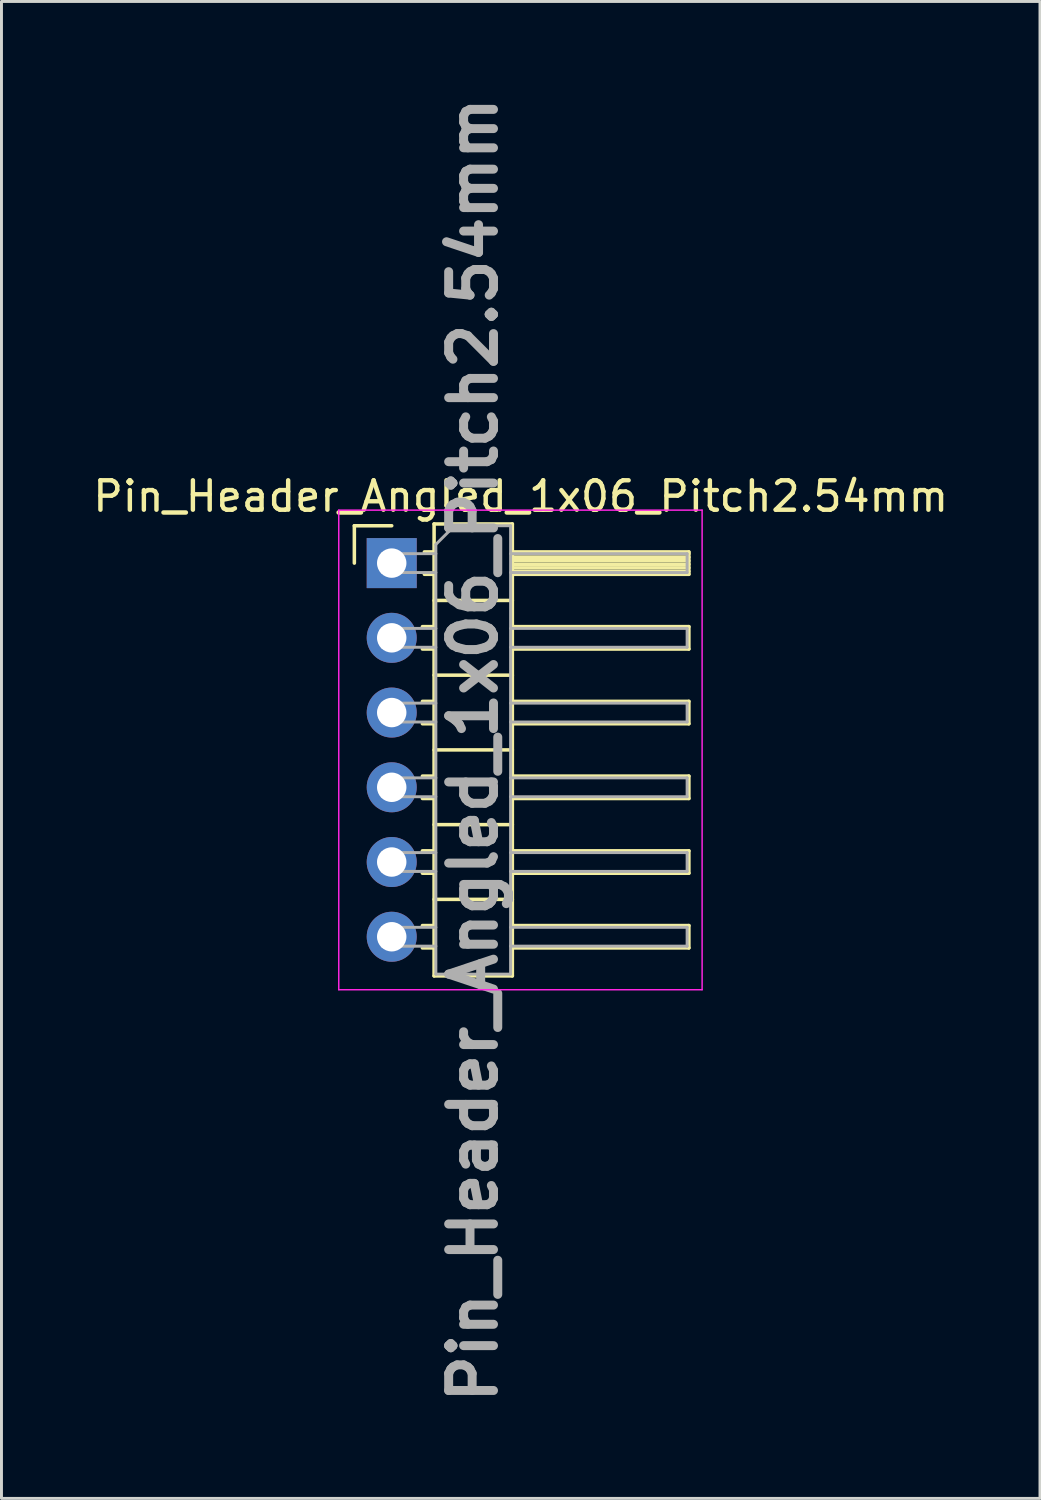
<source format=kicad_pcb>
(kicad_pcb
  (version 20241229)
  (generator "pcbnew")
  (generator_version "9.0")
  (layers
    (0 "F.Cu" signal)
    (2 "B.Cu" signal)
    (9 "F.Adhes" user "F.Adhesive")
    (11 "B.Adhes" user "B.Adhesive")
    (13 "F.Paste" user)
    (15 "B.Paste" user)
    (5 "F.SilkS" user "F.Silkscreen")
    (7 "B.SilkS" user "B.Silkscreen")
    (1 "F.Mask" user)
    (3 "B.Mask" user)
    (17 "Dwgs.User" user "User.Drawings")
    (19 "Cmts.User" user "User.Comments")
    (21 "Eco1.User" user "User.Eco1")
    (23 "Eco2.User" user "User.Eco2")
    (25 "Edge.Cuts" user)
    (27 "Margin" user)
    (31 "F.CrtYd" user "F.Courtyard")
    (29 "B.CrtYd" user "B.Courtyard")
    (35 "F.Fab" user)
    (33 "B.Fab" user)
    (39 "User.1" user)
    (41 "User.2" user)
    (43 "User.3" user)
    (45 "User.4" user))
  (footprint "Pin_Header_Angled_1x06_Pitch2.54mm"
    (layer "F.Cu")
    (at 10.264 16.089)
    (property "Reference" "Pin_Header_Angled_1x06_Pitch2.54mm" (at 4.385 -2.27 0) (layer "F.SilkS") (effects (font (size 1 1) (thickness 0.15))))
    (attr through_hole)
    (fp_line (start -1.27 -1.27) (end 0 -1.27) (stroke (width 0.12) (type solid)) (layer "F.SilkS"))
    (fp_line (start -1.27 0) (end -1.27 -1.27) (stroke (width 0.12) (type solid)) (layer "F.SilkS"))
    (fp_line (start 1.043 2.16) (end 1.44 2.16) (stroke (width 0.12) (type solid)) (layer "F.SilkS"))
    (fp_line (start 1.043 2.92) (end 1.44 2.92) (stroke (width 0.12) (type solid)) (layer "F.SilkS"))
    (fp_line (start 1.043 4.7) (end 1.44 4.7) (stroke (width 0.12) (type solid)) (layer "F.SilkS"))
    (fp_line (start 1.043 5.46) (end 1.44 5.46) (stroke (width 0.12) (type solid)) (layer "F.SilkS"))
    (fp_line (start 1.043 7.24) (end 1.44 7.24) (stroke (width 0.12) (type solid)) (layer "F.SilkS"))
    (fp_line (start 1.043 8) (end 1.44 8) (stroke (width 0.12) (type solid)) (layer "F.SilkS"))
    (fp_line (start 1.043 9.78) (end 1.44 9.78) (stroke (width 0.12) (type solid)) (layer "F.SilkS"))
    (fp_line (start 1.043 10.54) (end 1.44 10.54) (stroke (width 0.12) (type solid)) (layer "F.SilkS"))
    (fp_line (start 1.043 12.32) (end 1.44 12.32) (stroke (width 0.12) (type solid)) (layer "F.SilkS"))
    (fp_line (start 1.043 13.08) (end 1.44 13.08) (stroke (width 0.12) (type solid)) (layer "F.SilkS"))
    (fp_line (start 1.11 -0.38) (end 1.44 -0.38) (stroke (width 0.12) (type solid)) (layer "F.SilkS"))
    (fp_line (start 1.11 0.38) (end 1.44 0.38) (stroke (width 0.12) (type solid)) (layer "F.SilkS"))
    (fp_line (start 1.44 -1.33) (end 1.44 14.03) (stroke (width 0.12) (type solid)) (layer "F.SilkS"))
    (fp_line (start 1.44 1.27) (end 4.1 1.27) (stroke (width 0.12) (type solid)) (layer "F.SilkS"))
    (fp_line (start 1.44 3.81) (end 4.1 3.81) (stroke (width 0.12) (type solid)) (layer "F.SilkS"))
    (fp_line (start 1.44 6.35) (end 4.1 6.35) (stroke (width 0.12) (type solid)) (layer "F.SilkS"))
    (fp_line (start 1.44 8.89) (end 4.1 8.89) (stroke (width 0.12) (type solid)) (layer "F.SilkS"))
    (fp_line (start 1.44 11.43) (end 4.1 11.43) (stroke (width 0.12) (type solid)) (layer "F.SilkS"))
    (fp_line (start 1.44 14.03) (end 4.1 14.03) (stroke (width 0.12) (type solid)) (layer "F.SilkS"))
    (fp_line (start 4.1 -1.33) (end 1.44 -1.33) (stroke (width 0.12) (type solid)) (layer "F.SilkS"))
    (fp_line (start 4.1 -0.38) (end 10.1 -0.38) (stroke (width 0.12) (type solid)) (layer "F.SilkS"))
    (fp_line (start 4.1 -0.32) (end 10.1 -0.32) (stroke (width 0.12) (type solid)) (layer "F.SilkS"))
    (fp_line (start 4.1 -0.2) (end 10.1 -0.2) (stroke (width 0.12) (type solid)) (layer "F.SilkS"))
    (fp_line (start 4.1 -0.08) (end 10.1 -0.08) (stroke (width 0.12) (type solid)) (layer "F.SilkS"))
    (fp_line (start 4.1 0.04) (end 10.1 0.04) (stroke (width 0.12) (type solid)) (layer "F.SilkS"))
    (fp_line (start 4.1 0.16) (end 10.1 0.16) (stroke (width 0.12) (type solid)) (layer "F.SilkS"))
    (fp_line (start 4.1 0.28) (end 10.1 0.28) (stroke (width 0.12) (type solid)) (layer "F.SilkS"))
    (fp_line (start 4.1 2.16) (end 10.1 2.16) (stroke (width 0.12) (type solid)) (layer "F.SilkS"))
    (fp_line (start 4.1 4.7) (end 10.1 4.7) (stroke (width 0.12) (type solid)) (layer "F.SilkS"))
    (fp_line (start 4.1 7.24) (end 10.1 7.24) (stroke (width 0.12) (type solid)) (layer "F.SilkS"))
    (fp_line (start 4.1 9.78) (end 10.1 9.78) (stroke (width 0.12) (type solid)) (layer "F.SilkS"))
    (fp_line (start 4.1 12.32) (end 10.1 12.32) (stroke (width 0.12) (type solid)) (layer "F.SilkS"))
    (fp_line (start 4.1 14.03) (end 4.1 -1.33) (stroke (width 0.12) (type solid)) (layer "F.SilkS"))
    (fp_line (start 10.1 -0.38) (end 10.1 0.38) (stroke (width 0.12) (type solid)) (layer "F.SilkS"))
    (fp_line (start 10.1 0.38) (end 4.1 0.38) (stroke (width 0.12) (type solid)) (layer "F.SilkS"))
    (fp_line (start 10.1 2.16) (end 10.1 2.92) (stroke (width 0.12) (type solid)) (layer "F.SilkS"))
    (fp_line (start 10.1 2.92) (end 4.1 2.92) (stroke (width 0.12) (type solid)) (layer "F.SilkS"))
    (fp_line (start 10.1 4.7) (end 10.1 5.46) (stroke (width 0.12) (type solid)) (layer "F.SilkS"))
    (fp_line (start 10.1 5.46) (end 4.1 5.46) (stroke (width 0.12) (type solid)) (layer "F.SilkS"))
    (fp_line (start 10.1 7.24) (end 10.1 8) (stroke (width 0.12) (type solid)) (layer "F.SilkS"))
    (fp_line (start 10.1 8) (end 4.1 8) (stroke (width 0.12) (type solid)) (layer "F.SilkS"))
    (fp_line (start 10.1 9.78) (end 10.1 10.54) (stroke (width 0.12) (type solid)) (layer "F.SilkS"))
    (fp_line (start 10.1 10.54) (end 4.1 10.54) (stroke (width 0.12) (type solid)) (layer "F.SilkS"))
    (fp_line (start 10.1 12.32) (end 10.1 13.08) (stroke (width 0.12) (type solid)) (layer "F.SilkS"))
    (fp_line (start 10.1 13.08) (end 4.1 13.08) (stroke (width 0.12) (type solid)) (layer "F.SilkS"))
    (fp_line (start -1.8 -1.8) (end -1.8 14.5) (stroke (width 0.05) (type solid)) (layer "F.CrtYd"))
    (fp_line (start -1.8 14.5) (end 10.55 14.5) (stroke (width 0.05) (type solid)) (layer "F.CrtYd"))
    (fp_line (start 10.55 -1.8) (end -1.8 -1.8) (stroke (width 0.05) (type solid)) (layer "F.CrtYd"))
    (fp_line (start 10.55 14.5) (end 10.55 -1.8) (stroke (width 0.05) (type solid)) (layer "F.CrtYd"))
    (fp_line (start -0.32 -0.32) (end -0.32 0.32) (stroke (width 0.1) (type solid)) (layer "F.Fab"))
    (fp_line (start -0.32 -0.32) (end 1.5 -0.32) (stroke (width 0.1) (type solid)) (layer "F.Fab"))
    (fp_line (start -0.32 0.32) (end 1.5 0.32) (stroke (width 0.1) (type solid)) (layer "F.Fab"))
    (fp_line (start -0.32 2.22) (end -0.32 2.86) (stroke (width 0.1) (type solid)) (layer "F.Fab"))
    (fp_line (start -0.32 2.22) (end 1.5 2.22) (stroke (width 0.1) (type solid)) (layer "F.Fab"))
    (fp_line (start -0.32 2.86) (end 1.5 2.86) (stroke (width 0.1) (type solid)) (layer "F.Fab"))
    (fp_line (start -0.32 4.76) (end -0.32 5.4) (stroke (width 0.1) (type solid)) (layer "F.Fab"))
    (fp_line (start -0.32 4.76) (end 1.5 4.76) (stroke (width 0.1) (type solid)) (layer "F.Fab"))
    (fp_line (start -0.32 5.4) (end 1.5 5.4) (stroke (width 0.1) (type solid)) (layer "F.Fab"))
    (fp_line (start -0.32 7.3) (end -0.32 7.94) (stroke (width 0.1) (type solid)) (layer "F.Fab"))
    (fp_line (start -0.32 7.3) (end 1.5 7.3) (stroke (width 0.1) (type solid)) (layer "F.Fab"))
    (fp_line (start -0.32 7.94) (end 1.5 7.94) (stroke (width 0.1) (type solid)) (layer "F.Fab"))
    (fp_line (start -0.32 9.84) (end -0.32 10.48) (stroke (width 0.1) (type solid)) (layer "F.Fab"))
    (fp_line (start -0.32 9.84) (end 1.5 9.84) (stroke (width 0.1) (type solid)) (layer "F.Fab"))
    (fp_line (start -0.32 10.48) (end 1.5 10.48) (stroke (width 0.1) (type solid)) (layer "F.Fab"))
    (fp_line (start -0.32 12.38) (end -0.32 13.02) (stroke (width 0.1) (type solid)) (layer "F.Fab"))
    (fp_line (start -0.32 12.38) (end 1.5 12.38) (stroke (width 0.1) (type solid)) (layer "F.Fab"))
    (fp_line (start -0.32 13.02) (end 1.5 13.02) (stroke (width 0.1) (type solid)) (layer "F.Fab"))
    (fp_line (start 1.5 -0.635) (end 2.135 -1.27) (stroke (width 0.1) (type solid)) (layer "F.Fab"))
    (fp_line (start 1.5 13.97) (end 1.5 -0.635) (stroke (width 0.1) (type solid)) (layer "F.Fab"))
    (fp_line (start 2.135 -1.27) (end 4.04 -1.27) (stroke (width 0.1) (type solid)) (layer "F.Fab"))
    (fp_line (start 4.04 -1.27) (end 4.04 13.97) (stroke (width 0.1) (type solid)) (layer "F.Fab"))
    (fp_line (start 4.04 -0.32) (end 10.04 -0.32) (stroke (width 0.1) (type solid)) (layer "F.Fab"))
    (fp_line (start 4.04 0.32) (end 10.04 0.32) (stroke (width 0.1) (type solid)) (layer "F.Fab"))
    (fp_line (start 4.04 2.22) (end 10.04 2.22) (stroke (width 0.1) (type solid)) (layer "F.Fab"))
    (fp_line (start 4.04 2.86) (end 10.04 2.86) (stroke (width 0.1) (type solid)) (layer "F.Fab"))
    (fp_line (start 4.04 4.76) (end 10.04 4.76) (stroke (width 0.1) (type solid)) (layer "F.Fab"))
    (fp_line (start 4.04 5.4) (end 10.04 5.4) (stroke (width 0.1) (type solid)) (layer "F.Fab"))
    (fp_line (start 4.04 7.3) (end 10.04 7.3) (stroke (width 0.1) (type solid)) (layer "F.Fab"))
    (fp_line (start 4.04 7.94) (end 10.04 7.94) (stroke (width 0.1) (type solid)) (layer "F.Fab"))
    (fp_line (start 4.04 9.84) (end 10.04 9.84) (stroke (width 0.1) (type solid)) (layer "F.Fab"))
    (fp_line (start 4.04 10.48) (end 10.04 10.48) (stroke (width 0.1) (type solid)) (layer "F.Fab"))
    (fp_line (start 4.04 12.38) (end 10.04 12.38) (stroke (width 0.1) (type solid)) (layer "F.Fab"))
    (fp_line (start 4.04 13.02) (end 10.04 13.02) (stroke (width 0.1) (type solid)) (layer "F.Fab"))
    (fp_line (start 4.04 13.97) (end 1.5 13.97) (stroke (width 0.1) (type solid)) (layer "F.Fab"))
    (fp_line (start 10.04 -0.32) (end 10.04 0.32) (stroke (width 0.1) (type solid)) (layer "F.Fab"))
    (fp_line (start 10.04 2.22) (end 10.04 2.86) (stroke (width 0.1) (type solid)) (layer "F.Fab"))
    (fp_line (start 10.04 4.76) (end 10.04 5.4) (stroke (width 0.1) (type solid)) (layer "F.Fab"))
    (fp_line (start 10.04 7.3) (end 10.04 7.94) (stroke (width 0.1) (type solid)) (layer "F.Fab"))
    (fp_line (start 10.04 9.84) (end 10.04 10.48) (stroke (width 0.1) (type solid)) (layer "F.Fab"))
    (fp_line (start 10.04 12.38) (end 10.04 13.02) (stroke (width 0.1) (type solid)) (layer "F.Fab"))
    (fp_text user "${REFERENCE}" (at 2.77 6.35 90) (layer "F.Fab") (effects (font (size 1.524 1.524) (thickness 0.305))))
    (pad "1" thru_hole rect (at 0 0) (size 1.7 1.7) (drill 1) (layers "*.Cu" "*.Mask"))
    (pad "2" thru_hole oval (at 0 2.54) (size 1.7 1.7) (drill 1) (layers "*.Cu" "*.Mask"))
    (pad "3" thru_hole oval (at 0 5.08) (size 1.7 1.7) (drill 1) (layers "*.Cu" "*.Mask"))
    (pad "4" thru_hole oval (at 0 7.62) (size 1.7 1.7) (drill 1) (layers "*.Cu" "*.Mask"))
    (pad "5" thru_hole oval (at 0 10.16) (size 1.7 1.7) (drill 1) (layers "*.Cu" "*.Mask"))
    (pad "6" thru_hole oval (at 0 12.7) (size 1.7 1.7) (drill 1) (layers "*.Cu" "*.Mask")))
  (gr_rect
    (start -3 -3)
    (end 32.298 47.878)
    (stroke (width 0.1) (type default))
    (fill no)
    (layer "Edge.Cuts")))
</source>
